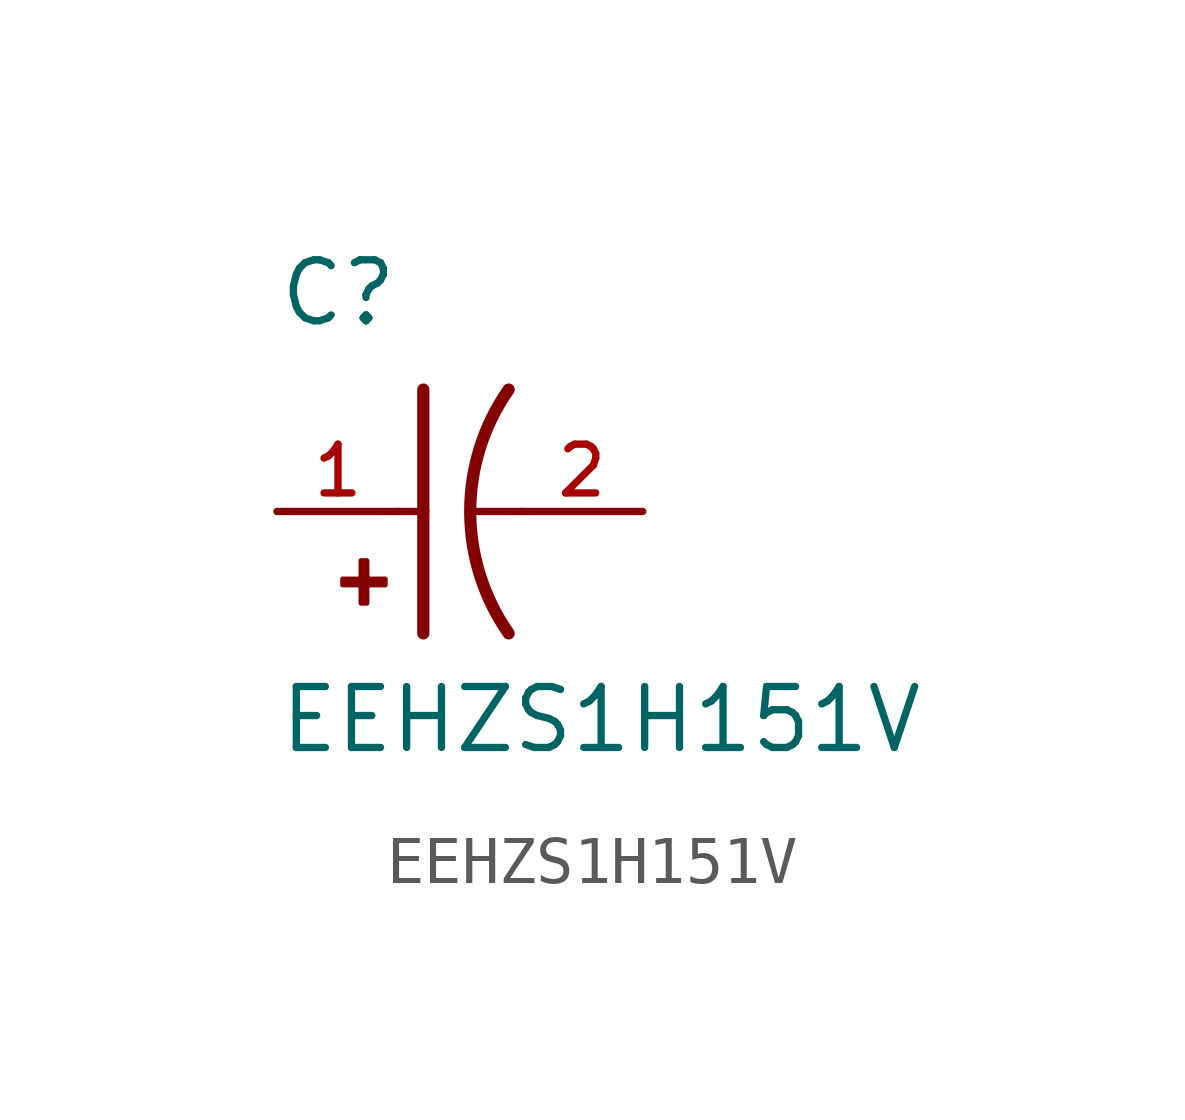
<source format=kicad_sym>
(kicad_symbol_lib
  (version 20211014)
  (generator kicad_symbol_editor)
  (symbol "EEHZS1H151V"
    (pin_names
      (offset 1.016))
    (property "Reference" "C"
      (at -2.54 3.81 0)
      (effects (font (size 1.27 1.27)) (justify bottom left)))
    (property "Value" "EEHZS1H151V"
      (at -2.54 -5.08 0)
      (effects (font (size 1.27 1.27)) (justify bottom left)))
    (symbol "EEHZS1H151V_0_0"
      (arc (start 2.286 -2.54) (mid 1.4851 -0.0) (end 2.286 2.54) (stroke (width 0.254) (type default) (color 0 0 0 0)) (fill (type none)))
      (polyline (pts (xy 0.508 2.54) (xy 0.508 0.0)) (stroke (width 0.254)))
      (rectangle (start -1.173 -1.532) (end -0.284 -1.405) (stroke (width 0.1)) (fill (type outline)))
      (rectangle (start -0.792 -1.913) (end -0.665 -1.024) (stroke (width 0.1)) (fill (type outline)))
      (polyline (pts (xy 0.508 0.0) (xy 0.508 -2.54)) (stroke (width 0.254)))
      (polyline (pts (xy 0.0 0.0) (xy 0.508 0.0)) (stroke (width 0.152)))
      (polyline (pts (xy 2.54 0.0) (xy 1.524 0.0)) (stroke (width 0.152)))
      (pin passive line (at -2.54 0.0 0) (length 2.54) (name "~" (effects (font (size 1.016 1.016)))) (number "1" (effects (font (size 1.016 1.016)))))
      (pin passive line (at 5.08 0.0 180.0) (length 2.54) (name "~" (effects (font (size 1.016 1.016)))) (number "2" (effects (font (size 1.016 1.016))))))))
</source>
